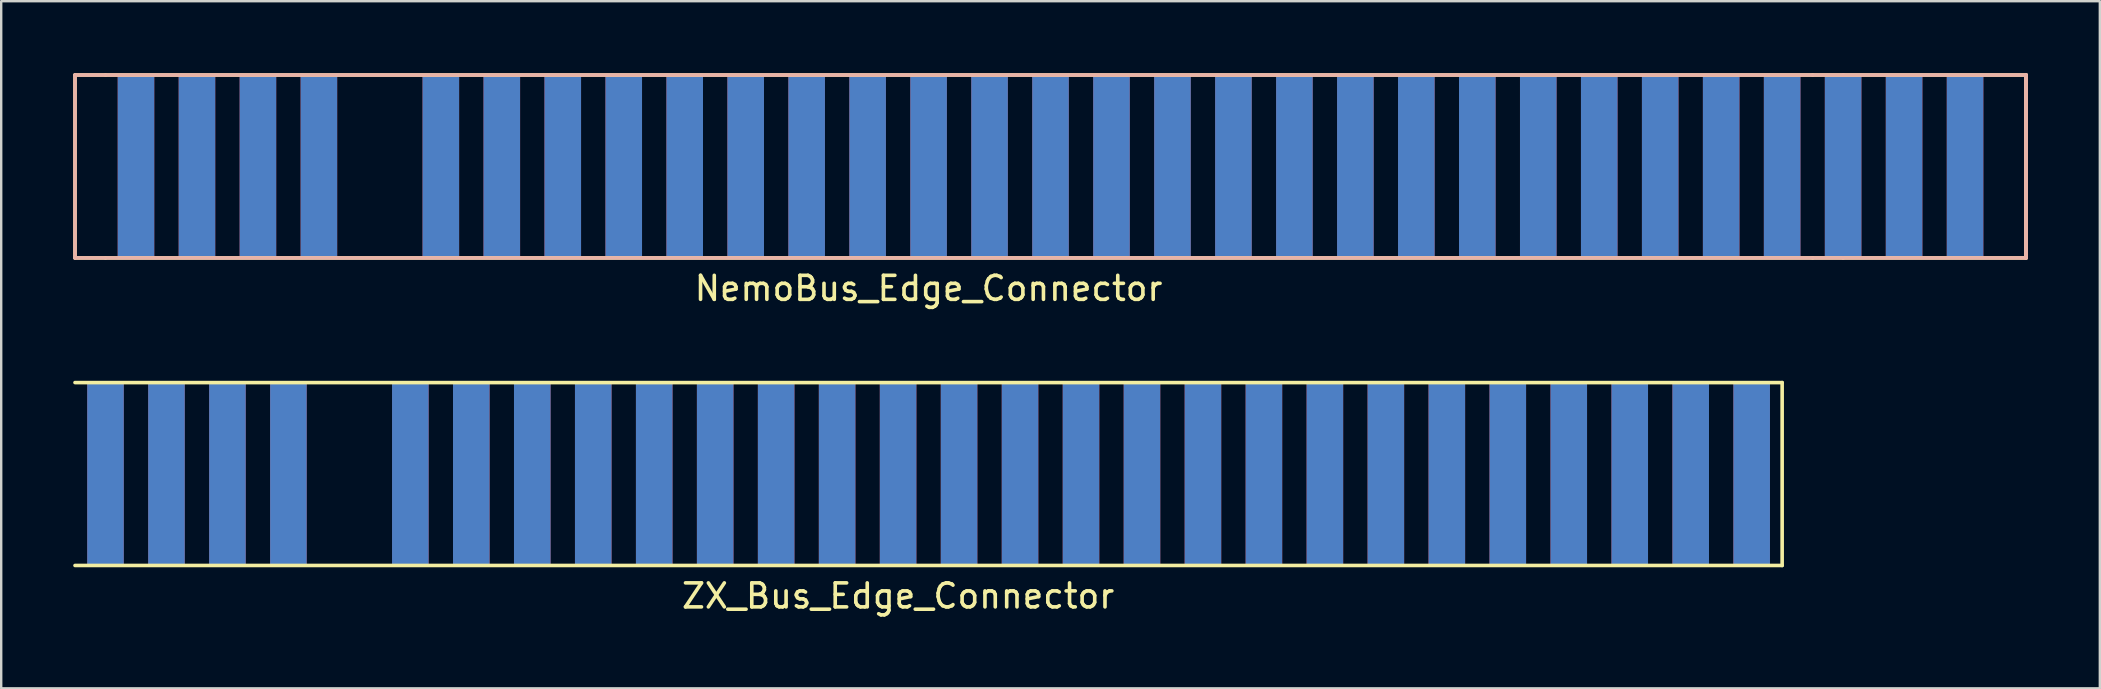
<source format=kicad_pcb>
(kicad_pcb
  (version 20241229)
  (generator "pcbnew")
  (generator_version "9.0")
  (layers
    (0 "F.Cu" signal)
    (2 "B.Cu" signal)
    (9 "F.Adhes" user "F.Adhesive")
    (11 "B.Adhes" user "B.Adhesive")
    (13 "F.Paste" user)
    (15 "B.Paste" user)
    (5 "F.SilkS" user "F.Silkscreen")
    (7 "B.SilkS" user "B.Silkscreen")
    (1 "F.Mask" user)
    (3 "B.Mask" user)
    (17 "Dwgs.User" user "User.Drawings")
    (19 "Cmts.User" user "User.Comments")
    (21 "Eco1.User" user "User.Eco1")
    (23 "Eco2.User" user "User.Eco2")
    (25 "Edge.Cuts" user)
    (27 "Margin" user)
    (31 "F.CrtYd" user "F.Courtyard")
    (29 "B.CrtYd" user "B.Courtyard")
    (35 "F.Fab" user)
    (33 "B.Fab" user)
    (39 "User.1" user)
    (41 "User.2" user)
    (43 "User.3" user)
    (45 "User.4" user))
  (footprint "ZX_Bus_Edge_Connector"
    (layer "F.Cu")
    (at 34.365 16.698)
    (property "Reference" "ZX_Bus_Edge_Connector" (at 0 5.08 0) (layer "F.SilkS") (effects (font (size 1 1) (thickness 0.15))))
    (attr through_hole)
    (fp_line (start -34.29 -3.81) (end 36.83 -3.81) (stroke (width 0.15) (type solid)) (layer "F.SilkS"))
    (fp_line (start 36.83 -3.81) (end 36.83 3.81) (stroke (width 0.15) (type solid)) (layer "F.SilkS"))
    (fp_line (start 36.83 3.81) (end -34.29 3.81) (stroke (width 0.15) (type solid)) (layer "F.SilkS"))
    (fp_line (start -34.29 3.81) (end -34.29 -3.81) (stroke (width 0.15) (type solid)) (layer "B.Paste"))
    (fp_line (start -34.29 3.81) (end -34.29 -3.81) (stroke (width 0.15) (type solid)) (layer "B.Paste"))
    (fp_line (start 36.83 -3.81) (end 36.83 3.81) (stroke (width 0.15) (type solid)) (layer "B.Paste"))
    (fp_line (start 36.83 -3.81) (end 36.83 3.81) (stroke (width 0.15) (type solid)) (layer "B.Paste"))
    (pad "28" smd rect (at 35.56 0) (size 1.524 7.62) (layers "F.Mask" "B.Cu" "F.Paste"))
    (pad "A1" smd rect (at -33.02 0) (size 1.524 7.62) (layers "F.Cu" "F.Mask" "F.Paste"))
    (pad "A2" smd rect (at -30.48 0) (size 1.524 7.62) (layers "F.Cu" "F.Mask" "F.Paste"))
    (pad "A3" smd rect (at -27.94 0) (size 1.524 7.62) (layers "F.Cu" "F.Mask" "F.Paste"))
    (pad "A4" smd rect (at -25.4 0) (size 1.524 7.62) (layers "F.Cu" "F.Mask" "F.Paste"))
    (pad "A6" smd rect (at -20.32 0) (size 1.524 7.62) (layers "F.Cu" "F.Mask" "F.Paste"))
    (pad "A7" smd rect (at -17.78 0) (size 1.524 7.62) (layers "F.Cu" "F.Mask" "F.Paste"))
    (pad "A8" smd rect (at -15.24 0) (size 1.524 7.62) (layers "F.Cu" "F.Mask" "F.Paste"))
    (pad "A9" smd rect (at -12.7 0) (size 1.524 7.62) (layers "F.Cu" "F.Mask" "F.Paste"))
    (pad "A10" smd rect (at -10.16 0) (size 1.524 7.62) (layers "F.Cu" "F.Mask" "F.Paste"))
    (pad "A11" smd rect (at -7.62 0) (size 1.524 7.62) (layers "F.Cu" "F.Mask" "F.Paste"))
    (pad "A12" smd rect (at -5.08 0) (size 1.524 7.62) (layers "F.Cu" "F.Mask" "F.Paste"))
    (pad "A13" smd rect (at -2.54 0) (size 1.524 7.62) (layers "F.Cu" "F.Mask" "F.Paste"))
    (pad "A14" smd rect (at 0 0) (size 1.524 7.62) (layers "F.Cu" "F.Mask" "F.Paste"))
    (pad "A15" smd rect (at 2.54 0) (size 1.524 7.62) (layers "F.Cu" "F.Mask" "F.Paste"))
    (pad "A16" smd rect (at 5.08 0) (size 1.524 7.62) (layers "F.Cu" "F.Mask" "F.Paste"))
    (pad "A17" smd rect (at 7.62 0) (size 1.524 7.62) (layers "F.Cu" "F.Mask" "F.Paste"))
    (pad "A18" smd rect (at 10.16 0) (size 1.524 7.62) (layers "F.Cu" "F.Mask" "F.Paste"))
    (pad "A19" smd rect (at 12.7 0) (size 1.524 7.62) (layers "F.Cu" "F.Mask" "F.Paste"))
    (pad "A20" smd rect (at 15.24 0) (size 1.524 7.62) (layers "F.Cu" "F.Mask" "F.Paste"))
    (pad "A21" smd rect (at 17.78 0) (size 1.524 7.62) (layers "F.Cu" "F.Mask" "F.Paste"))
    (pad "A22" smd rect (at 20.32 0) (size 1.524 7.62) (layers "F.Cu" "F.Mask" "F.Paste"))
    (pad "A23" smd rect (at 22.86 0) (size 1.524 7.62) (layers "F.Cu" "F.Mask" "F.Paste"))
    (pad "A24" smd rect (at 25.4 0) (size 1.524 7.62) (layers "F.Cu" "F.Mask" "F.Paste"))
    (pad "A25" smd rect (at 27.94 0) (size 1.524 7.62) (layers "F.Cu" "F.Mask" "F.Paste"))
    (pad "A26" smd rect (at 30.48 0) (size 1.524 7.62) (layers "F.Cu" "F.Mask" "F.Paste"))
    (pad "A27" smd rect (at 33.02 0) (size 1.524 7.62) (layers "F.Cu" "F.Mask" "F.Paste"))
    (pad "A28" smd rect (at 35.56 0) (size 1.524 7.62) (layers "F.Cu" "F.Mask" "F.Paste"))
    (pad "B1" smd rect (at -33.02 0) (size 1.524 7.62) (layers "F.Mask" "B.Cu" "F.Paste"))
    (pad "B2" smd rect (at -30.48 0) (size 1.524 7.62) (layers "F.Mask" "B.Cu" "F.Paste"))
    (pad "B3" smd rect (at -27.94 0) (size 1.524 7.62) (layers "F.Mask" "B.Cu" "F.Paste"))
    (pad "B4" smd rect (at -25.4 0) (size 1.524 7.62) (layers "F.Mask" "B.Cu" "F.Paste"))
    (pad "B6" smd rect (at -20.32 0) (size 1.524 7.62) (layers "F.Mask" "B.Cu" "F.Paste"))
    (pad "B7" smd rect (at -17.78 0) (size 1.524 7.62) (layers "F.Mask" "B.Cu" "F.Paste"))
    (pad "B8" smd rect (at -15.24 0) (size 1.524 7.62) (layers "F.Mask" "B.Cu" "F.Paste"))
    (pad "B9" smd rect (at -12.7 0) (size 1.524 7.62) (layers "F.Mask" "B.Cu" "F.Paste"))
    (pad "B10" smd rect (at -10.16 0) (size 1.524 7.62) (layers "F.Mask" "B.Cu" "F.Paste"))
    (pad "B11" smd rect (at -7.62 0) (size 1.524 7.62) (layers "F.Mask" "B.Cu" "F.Paste"))
    (pad "B12" smd rect (at -5.08 0) (size 1.524 7.62) (layers "F.Mask" "B.Cu" "F.Paste"))
    (pad "B13" smd rect (at -2.54 0) (size 1.524 7.62) (layers "F.Mask" "B.Cu" "F.Paste"))
    (pad "B14" smd rect (at 0 0) (size 1.524 7.62) (layers "F.Mask" "B.Cu" "F.Paste"))
    (pad "B15" smd rect (at 2.54 0) (size 1.524 7.62) (layers "F.Mask" "B.Cu" "F.Paste"))
    (pad "B16" smd rect (at 5.08 0) (size 1.524 7.62) (layers "F.Mask" "B.Cu" "F.Paste"))
    (pad "B17" smd rect (at 7.62 0) (size 1.524 7.62) (layers "F.Mask" "B.Cu" "F.Paste"))
    (pad "B18" smd rect (at 10.16 0) (size 1.524 7.62) (layers "F.Mask" "B.Cu" "F.Paste"))
    (pad "B19" smd rect (at 12.7 0) (size 1.524 7.62) (layers "F.Mask" "B.Cu" "F.Paste"))
    (pad "B20" smd rect (at 15.24 0) (size 1.524 7.62) (layers "F.Mask" "B.Cu" "F.Paste"))
    (pad "B21" smd rect (at 17.78 0) (size 1.524 7.62) (layers "F.Mask" "B.Cu" "F.Paste"))
    (pad "B22" smd rect (at 20.32 0) (size 1.524 7.62) (layers "F.Mask" "B.Cu" "F.Paste"))
    (pad "B23" smd rect (at 22.86 0) (size 1.524 7.62) (layers "F.Mask" "B.Cu" "F.Paste"))
    (pad "B24" smd rect (at 25.4 0) (size 1.524 7.62) (layers "F.Mask" "B.Cu" "F.Paste"))
    (pad "B25" smd rect (at 27.94 0) (size 1.524 7.62) (layers "F.Mask" "B.Cu" "F.Paste"))
    (pad "B26" smd rect (at 30.48 0) (size 1.524 7.62) (layers "F.Mask" "B.Cu" "F.Paste"))
    (pad "B27" smd rect (at 33.02 0) (size 1.524 7.62) (layers "F.Mask" "B.Cu" "F.Paste")))
  (footprint "NemoBus_Edge_Connector"
    (layer "F.Cu")
    (at 35.635 3.885)
    (property "Reference" "NemoBus_Edge_Connector" (at 0 5.08 0) (layer "F.SilkS") (effects (font (size 1 1) (thickness 0.15))))
    (attr through_hole)
    (fp_line (start -35.56 -3.81) (end -35.56 3.81) (stroke (width 0.15) (type solid)) (layer "F.SilkS"))
    (fp_line (start -34.29 -3.81) (end -35.56 -3.81) (stroke (width 0.15) (type solid)) (layer "F.SilkS"))
    (fp_line (start -34.29 -3.81) (end 36.83 -3.81) (stroke (width 0.15) (type solid)) (layer "F.SilkS"))
    (fp_line (start -34.29 3.81) (end -35.56 3.81) (stroke (width 0.15) (type solid)) (layer "F.SilkS"))
    (fp_line (start 36.83 3.81) (end -34.29 3.81) (stroke (width 0.15) (type solid)) (layer "F.SilkS"))
    (fp_line (start 38.1 -3.81) (end 36.83 -3.81) (stroke (width 0.15) (type solid)) (layer "F.SilkS"))
    (fp_line (start 38.1 -3.81) (end 45.72 -3.81) (stroke (width 0.15) (type solid)) (layer "F.SilkS"))
    (fp_line (start 38.1 3.81) (end 36.83 3.81) (stroke (width 0.15) (type solid)) (layer "F.SilkS"))
    (fp_line (start 45.72 -3.81) (end 45.72 3.81) (stroke (width 0.15) (type solid)) (layer "F.SilkS"))
    (fp_line (start 45.72 -3.81) (end 45.72 3.81) (stroke (width 0.15) (type solid)) (layer "F.SilkS"))
    (fp_line (start 45.72 3.81) (end 38.1 3.81) (stroke (width 0.15) (type solid)) (layer "F.SilkS"))
    (fp_line (start -35.56 -3.81) (end 38.1 -3.81) (stroke (width 0.15) (type solid)) (layer "B.SilkS"))
    (fp_line (start -35.56 3.81) (end -35.56 -3.81) (stroke (width 0.15) (type solid)) (layer "B.SilkS"))
    (fp_line (start 38.1 -3.81) (end 45.72 -3.81) (stroke (width 0.15) (type solid)) (layer "B.SilkS"))
    (fp_line (start 38.1 3.81) (end -35.56 3.81) (stroke (width 0.15) (type solid)) (layer "B.SilkS"))
    (fp_line (start 45.72 -3.81) (end 45.72 3.81) (stroke (width 0.15) (type solid)) (layer "B.SilkS"))
    (fp_line (start 45.72 -3.81) (end 45.72 3.81) (stroke (width 0.15) (type solid)) (layer "B.SilkS"))
    (fp_line (start 45.72 3.81) (end 38.1 3.81) (stroke (width 0.15) (type solid)) (layer "B.SilkS"))
    (pad "A1" smd rect (at -33.02 0) (size 1.524 7.62) (layers "F.Cu" "F.Mask" "F.Paste"))
    (pad "A2" smd rect (at -30.48 0) (size 1.524 7.62) (layers "F.Cu" "F.Mask" "F.Paste"))
    (pad "A3" smd rect (at -27.94 0) (size 1.524 7.62) (layers "F.Cu" "F.Mask" "F.Paste"))
    (pad "A4" smd rect (at -25.4 0) (size 1.524 7.62) (layers "F.Cu" "F.Mask" "F.Paste"))
    (pad "A6" smd rect (at -20.32 0) (size 1.524 7.62) (layers "F.Cu" "F.Mask" "F.Paste"))
    (pad "A7" smd rect (at -17.78 0) (size 1.524 7.62) (layers "F.Cu" "F.Mask" "F.Paste"))
    (pad "A8" smd rect (at -15.24 0) (size 1.524 7.62) (layers "F.Cu" "F.Mask" "F.Paste"))
    (pad "A9" smd rect (at -12.7 0) (size 1.524 7.62) (layers "F.Cu" "F.Mask" "F.Paste"))
    (pad "A10" smd rect (at -10.16 0) (size 1.524 7.62) (layers "F.Cu" "F.Mask" "F.Paste"))
    (pad "A11" smd rect (at -7.62 0) (size 1.524 7.62) (layers "F.Cu" "F.Mask" "F.Paste"))
    (pad "A12" smd rect (at -5.08 0) (size 1.524 7.62) (layers "F.Cu" "F.Mask" "F.Paste"))
    (pad "A13" smd rect (at -2.54 0) (size 1.524 7.62) (layers "F.Cu" "F.Mask" "F.Paste"))
    (pad "A14" smd rect (at 0 0) (size 1.524 7.62) (layers "F.Cu" "F.Mask" "F.Paste"))
    (pad "A15" smd rect (at 2.54 0) (size 1.524 7.62) (layers "F.Cu" "F.Mask" "F.Paste"))
    (pad "A16" smd rect (at 5.08 0) (size 1.524 7.62) (layers "F.Cu" "F.Mask" "F.Paste"))
    (pad "A17" smd rect (at 7.62 0) (size 1.524 7.62) (layers "F.Cu" "F.Mask" "F.Paste"))
    (pad "A18" smd rect (at 10.16 0) (size 1.524 7.62) (layers "F.Cu" "F.Mask" "F.Paste"))
    (pad "A19" smd rect (at 12.7 0) (size 1.524 7.62) (layers "F.Cu" "F.Mask" "F.Paste"))
    (pad "A20" smd rect (at 15.24 0) (size 1.524 7.62) (layers "F.Cu" "F.Mask" "F.Paste"))
    (pad "A21" smd rect (at 17.78 0) (size 1.524 7.62) (layers "F.Cu" "F.Mask" "F.Paste"))
    (pad "A22" smd rect (at 20.32 0) (size 1.524 7.62) (layers "F.Cu" "F.Mask" "F.Paste"))
    (pad "A23" smd rect (at 22.86 0) (size 1.524 7.62) (layers "F.Cu" "F.Mask" "F.Paste"))
    (pad "A24" smd rect (at 25.4 0) (size 1.524 7.62) (layers "F.Cu" "F.Mask" "F.Paste"))
    (pad "A25" smd rect (at 27.94 0) (size 1.524 7.62) (layers "F.Cu" "F.Mask" "F.Paste"))
    (pad "A26" smd rect (at 30.48 0) (size 1.524 7.62) (layers "F.Cu" "F.Mask" "F.Paste"))
    (pad "A27" smd rect (at 33.02 0) (size 1.524 7.62) (layers "F.Cu" "F.Mask" "F.Paste"))
    (pad "A28" smd rect (at 35.56 0) (size 1.524 7.62) (layers "F.Cu" "F.Mask" "F.Paste"))
    (pad "A29" smd rect (at 38.1 0) (size 1.524 7.62) (layers "F.Cu" "F.Mask" "F.Paste"))
    (pad "A30" smd rect (at 40.64 0) (size 1.524 7.62) (layers "F.Cu" "F.Mask" "F.Paste"))
    (pad "A31" smd rect (at 43.18 0) (size 1.524 7.62) (layers "F.Cu" "F.Mask" "F.Paste"))
    (pad "B1" smd rect (at -33.02 0) (size 1.524 7.62) (layers "F.Mask" "B.Cu" "F.Paste"))
    (pad "B2" smd rect (at -30.48 0) (size 1.524 7.62) (layers "F.Mask" "B.Cu" "F.Paste"))
    (pad "B3" smd rect (at -27.94 0) (size 1.524 7.62) (layers "F.Mask" "B.Cu" "F.Paste"))
    (pad "B4" smd rect (at -25.4 0) (size 1.524 7.62) (layers "F.Mask" "B.Cu" "F.Paste"))
    (pad "B6" smd rect (at -20.32 0) (size 1.524 7.62) (layers "F.Mask" "B.Cu" "F.Paste"))
    (pad "B7" smd rect (at -17.78 0) (size 1.524 7.62) (layers "F.Mask" "B.Cu" "F.Paste"))
    (pad "B8" smd rect (at -15.24 0) (size 1.524 7.62) (layers "F.Mask" "B.Cu" "F.Paste"))
    (pad "B9" smd rect (at -12.7 0) (size 1.524 7.62) (layers "F.Mask" "B.Cu" "F.Paste"))
    (pad "B10" smd rect (at -10.16 0) (size 1.524 7.62) (layers "F.Mask" "B.Cu" "F.Paste"))
    (pad "B11" smd rect (at -7.62 0) (size 1.524 7.62) (layers "F.Mask" "B.Cu" "F.Paste"))
    (pad "B12" smd rect (at -5.08 0) (size 1.524 7.62) (layers "F.Mask" "B.Cu" "F.Paste"))
    (pad "B13" smd rect (at -2.54 0) (size 1.524 7.62) (layers "F.Mask" "B.Cu" "F.Paste"))
    (pad "B14" smd rect (at 0 0) (size 1.524 7.62) (layers "F.Mask" "B.Cu" "F.Paste"))
    (pad "B15" smd rect (at 2.54 0) (size 1.524 7.62) (layers "F.Mask" "B.Cu" "F.Paste"))
    (pad "B16" smd rect (at 5.08 0) (size 1.524 7.62) (layers "F.Mask" "B.Cu" "F.Paste"))
    (pad "B17" smd rect (at 7.62 0) (size 1.524 7.62) (layers "F.Mask" "B.Cu" "F.Paste"))
    (pad "B18" smd rect (at 10.16 0) (size 1.524 7.62) (layers "F.Mask" "B.Cu" "F.Paste"))
    (pad "B19" smd rect (at 12.7 0) (size 1.524 7.62) (layers "F.Mask" "B.Cu" "F.Paste"))
    (pad "B20" smd rect (at 15.24 0) (size 1.524 7.62) (layers "F.Mask" "B.Cu" "F.Paste"))
    (pad "B21" smd rect (at 17.78 0) (size 1.524 7.62) (layers "F.Mask" "B.Cu" "F.Paste"))
    (pad "B22" smd rect (at 20.32 0) (size 1.524 7.62) (layers "F.Mask" "B.Cu" "F.Paste"))
    (pad "B23" smd rect (at 22.86 0) (size 1.524 7.62) (layers "F.Mask" "B.Cu" "F.Paste"))
    (pad "B24" smd rect (at 25.4 0) (size 1.524 7.62) (layers "F.Mask" "B.Cu" "F.Paste"))
    (pad "B25" smd rect (at 27.94 0) (size 1.524 7.62) (layers "F.Mask" "B.Cu" "F.Paste"))
    (pad "B26" smd rect (at 30.48 0) (size 1.524 7.62) (layers "F.Mask" "B.Cu" "F.Paste"))
    (pad "B27" smd rect (at 33.02 0) (size 1.524 7.62) (layers "F.Mask" "B.Cu" "F.Paste"))
    (pad "B28" smd rect (at 35.56 0) (size 1.524 7.62) (layers "F.Mask" "B.Cu" "F.Paste"))
    (pad "B29" smd rect (at 38.1 0) (size 1.524 7.62) (layers "F.Mask" "B.Cu" "F.Paste"))
    (pad "B30" smd rect (at 40.64 0) (size 1.524 7.62) (layers "F.Mask" "B.Cu" "F.Paste"))
    (pad "B31" smd rect (at 43.18 0) (size 1.524 7.62) (layers "F.Mask" "B.Cu" "F.Paste")))
  (gr_rect
    (start -3 -3)
    (end 84.43 25.627)
    (stroke (width 0.1) (type default))
    (fill no)
    (layer "Edge.Cuts")))
</source>
